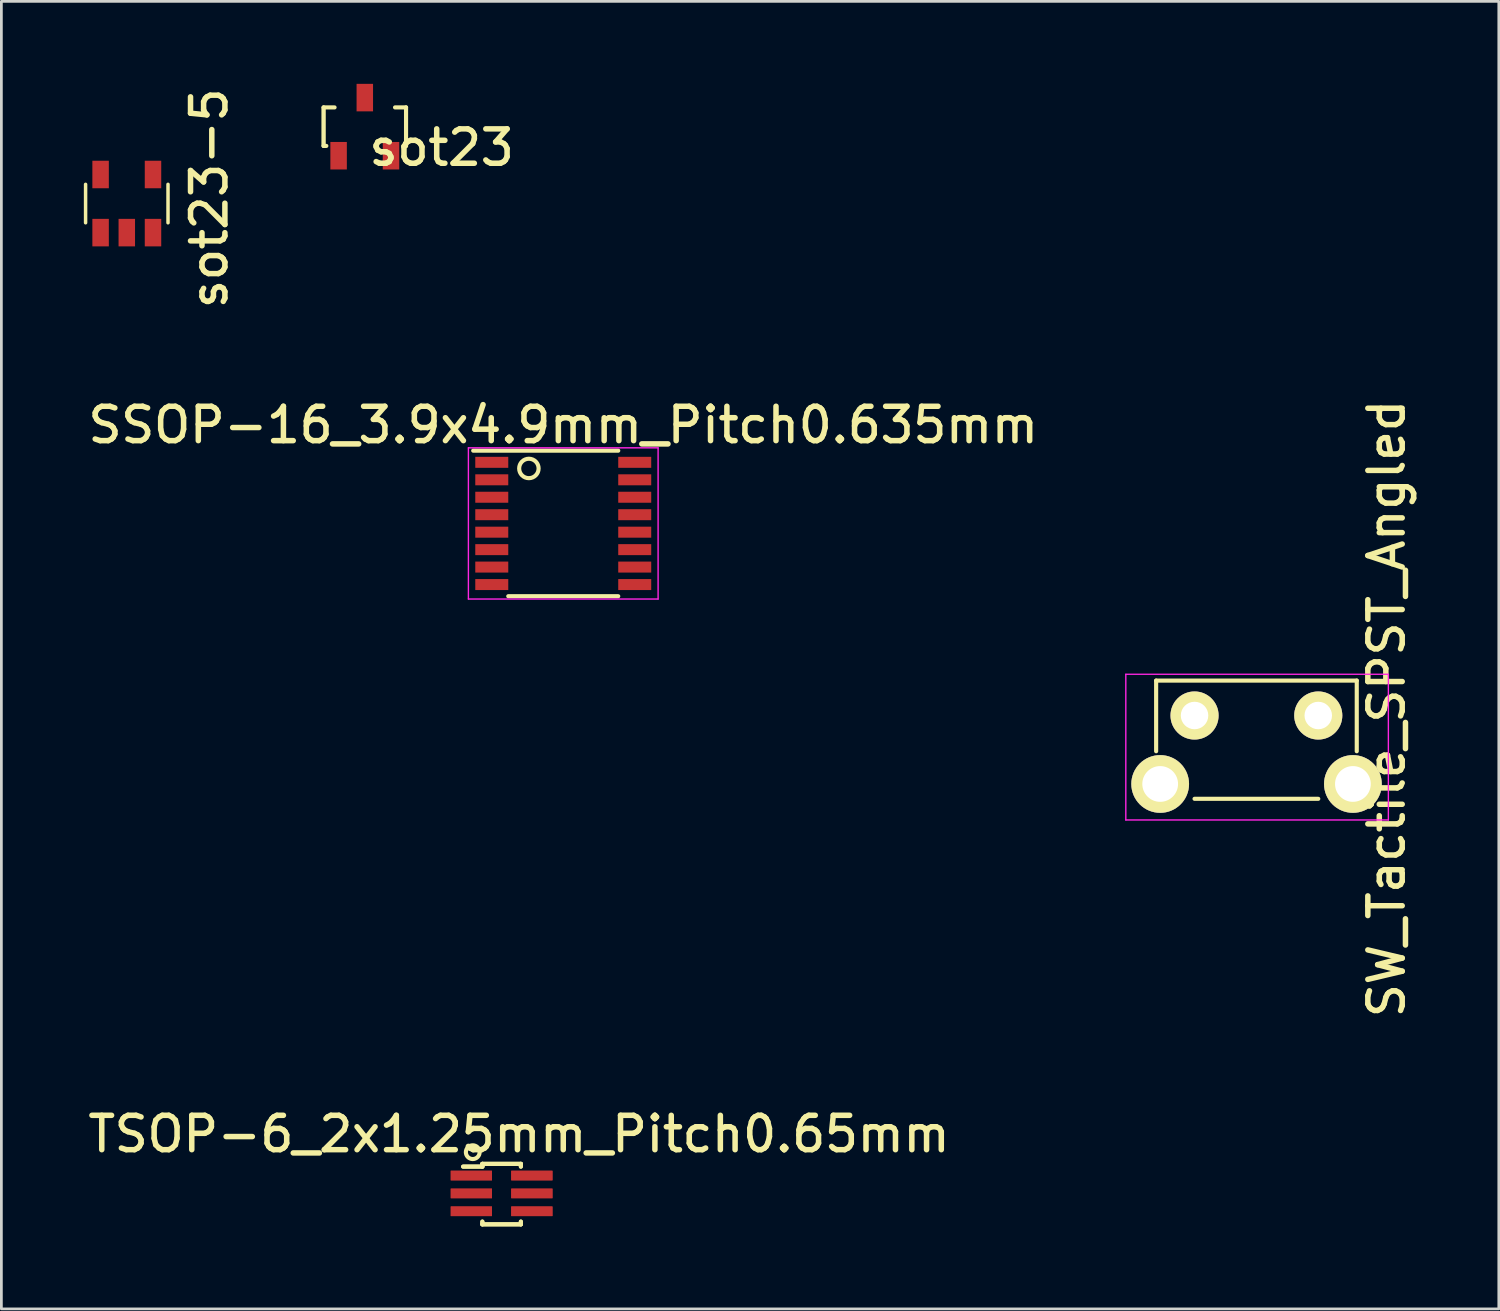
<source format=kicad_pcb>
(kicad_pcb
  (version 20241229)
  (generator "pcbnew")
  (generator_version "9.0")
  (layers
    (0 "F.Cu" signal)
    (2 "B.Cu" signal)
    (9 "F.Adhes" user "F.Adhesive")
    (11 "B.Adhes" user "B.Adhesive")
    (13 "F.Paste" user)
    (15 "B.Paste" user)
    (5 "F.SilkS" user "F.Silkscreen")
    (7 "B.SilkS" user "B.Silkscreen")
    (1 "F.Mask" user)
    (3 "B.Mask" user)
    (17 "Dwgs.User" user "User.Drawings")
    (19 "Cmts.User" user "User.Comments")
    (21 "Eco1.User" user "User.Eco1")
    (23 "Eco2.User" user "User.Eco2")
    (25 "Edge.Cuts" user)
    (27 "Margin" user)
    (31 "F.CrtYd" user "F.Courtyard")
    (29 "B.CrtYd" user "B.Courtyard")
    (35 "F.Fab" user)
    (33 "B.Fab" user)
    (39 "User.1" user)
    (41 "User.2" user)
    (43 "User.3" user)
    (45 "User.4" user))
  (footprint "sot23-5"
    (layer "F.Cu")
    (at 1.562 4.354)
    (property "Reference" "sot23-5" (at 3 -0.191 90) (layer "F.SilkS") (effects (font (size 1.25 1.25) (thickness 0.2))))
    (attr through_hole)
    (fp_line (start -1.499 0.699) (end -1.499 -0.699) (stroke (width 0.127) (type solid)) (layer "F.SilkS"))
    (fp_line (start 1.499 -0.699) (end 1.499 0.699) (stroke (width 0.127) (type solid)) (layer "F.SilkS"))
    (pad "1" smd rect (at -0.953 1.057) (size 0.599 1.001) (layers "F.Cu" "F.Mask" "F.Paste"))
    (pad "2" smd rect (at 0 1.057) (size 0.599 1.001) (layers "F.Cu" "F.Mask" "F.Paste"))
    (pad "3" smd rect (at 0.953 1.057) (size 0.599 1.001) (layers "F.Cu" "F.Mask" "F.Paste"))
    (pad "4" smd rect (at 0.953 -1.057) (size 0.599 1.001) (layers "F.Cu" "F.Mask" "F.Paste"))
    (pad "5" smd rect (at -0.953 -1.057) (size 0.599 1.001) (layers "F.Cu" "F.Mask" "F.Paste")))
  (footprint "SSOP-16_3.9x4.9mm_Pitch0.635mm"
    (layer "F.Cu")
    (at 17.437 15.989)
    (property "Reference" "SSOP-16_3.9x4.9mm_Pitch0.635mm" (at 0 -3.58 0) (layer "F.SilkS") (effects (font (size 1.25 1.25) (thickness 0.2))))
    (attr smd)
    (fp_line (start -3.275 -2.647) (end 2 -2.647) (stroke (width 0.15) (type solid)) (layer "F.SilkS"))
    (fp_line (start -2 2.647) (end 2 2.647) (stroke (width 0.15) (type solid)) (layer "F.SilkS"))
    (fp_circle (center -1.25 -2) (end -1 -1.75) (stroke (width 0.15) (type solid)) (fill no) (layer "F.SilkS"))
    (fp_line (start -3.45 -2.75) (end -3.45 2.75) (stroke (width 0.05) (type solid)) (layer "F.CrtYd"))
    (fp_line (start -3.45 -2.75) (end 3.45 -2.75) (stroke (width 0.05) (type solid)) (layer "F.CrtYd"))
    (fp_line (start -3.45 2.75) (end 3.45 2.75) (stroke (width 0.05) (type solid)) (layer "F.CrtYd"))
    (fp_line (start 3.45 -2.75) (end 3.45 2.75) (stroke (width 0.05) (type solid)) (layer "F.CrtYd"))
    (pad "1" smd rect (at -2.6 -2.223) (size 1.2 0.4) (layers "F.Cu" "F.Mask" "F.Paste"))
    (pad "2" smd rect (at -2.6 -1.587) (size 1.2 0.4) (layers "F.Cu" "F.Mask" "F.Paste"))
    (pad "3" smd rect (at -2.6 -0.953) (size 1.2 0.4) (layers "F.Cu" "F.Mask" "F.Paste"))
    (pad "4" smd rect (at -2.6 -0.318) (size 1.2 0.4) (layers "F.Cu" "F.Mask" "F.Paste"))
    (pad "5" smd rect (at -2.6 0.318) (size 1.2 0.4) (layers "F.Cu" "F.Mask" "F.Paste"))
    (pad "6" smd rect (at -2.6 0.953) (size 1.2 0.4) (layers "F.Cu" "F.Mask" "F.Paste"))
    (pad "7" smd rect (at -2.6 1.587) (size 1.2 0.4) (layers "F.Cu" "F.Mask" "F.Paste"))
    (pad "8" smd rect (at -2.6 2.223) (size 1.2 0.4) (layers "F.Cu" "F.Mask" "F.Paste"))
    (pad "9" smd rect (at 2.6 2.223) (size 1.2 0.4) (layers "F.Cu" "F.Mask" "F.Paste"))
    (pad "10" smd rect (at 2.6 1.587) (size 1.2 0.4) (layers "F.Cu" "F.Mask" "F.Paste"))
    (pad "11" smd rect (at 2.6 0.953) (size 1.2 0.4) (layers "F.Cu" "F.Mask" "F.Paste"))
    (pad "12" smd rect (at 2.6 0.318) (size 1.2 0.4) (layers "F.Cu" "F.Mask" "F.Paste"))
    (pad "13" smd rect (at 2.6 -0.318) (size 1.2 0.4) (layers "F.Cu" "F.Mask" "F.Paste"))
    (pad "14" smd rect (at 2.6 -0.953) (size 1.2 0.4) (layers "F.Cu" "F.Mask" "F.Paste"))
    (pad "15" smd rect (at 2.6 -1.587) (size 1.2 0.4) (layers "F.Cu" "F.Mask" "F.Paste"))
    (pad "16" smd rect (at 2.6 -2.223) (size 1.2 0.4) (layers "F.Cu" "F.Mask" "F.Paste")))
  (footprint "SW_Tactile_SPST_Angled"
    (layer "F.Cu")
    (at 40.399 22.975)
    (property "Reference" "SW_Tactile_SPST_Angled" (at 6.985 -0.254 270) (layer "F.SilkS") (effects (font (size 1.25 1.25) (thickness 0.2))))
    (attr through_hole)
    (fp_line (start -1.397 -1.27) (end -1.397 1.3) (stroke (width 0.15) (type solid)) (layer "F.SilkS"))
    (fp_line (start -1.397 -1.27) (end 5.9 -1.27) (stroke (width 0.15) (type solid)) (layer "F.SilkS"))
    (fp_line (start 0 3.03) (end 4.5 3.03) (stroke (width 0.15) (type solid)) (layer "F.SilkS"))
    (fp_line (start 5.9 -1.27) (end 5.9 1.3) (stroke (width 0.15) (type solid)) (layer "F.SilkS"))
    (fp_line (start -2.5 -1.5) (end 7.05 -1.5) (stroke (width 0.05) (type solid)) (layer "F.CrtYd"))
    (fp_line (start -2.5 3.8) (end -2.5 -1.5) (stroke (width 0.05) (type solid)) (layer "F.CrtYd"))
    (fp_line (start 7.05 -1.5) (end 7.05 3.8) (stroke (width 0.05) (type solid)) (layer "F.CrtYd"))
    (fp_line (start 7.05 3.8) (end -2.5 3.8) (stroke (width 0.05) (type solid)) (layer "F.CrtYd"))
    (pad "" thru_hole circle (at -1.25 2.49) (size 2.1 2.1) (drill 1.3) (layers "*.Cu" "*.Mask" "F.SilkS"))
    (pad "" thru_hole circle (at 5.76 2.49) (size 2.1 2.1) (drill 1.3) (layers "*.Cu" "*.Mask" "F.SilkS"))
    (pad "1" thru_hole circle (at 0 0) (size 1.75 1.75) (drill 1) (layers "*.Cu" "*.Mask" "F.SilkS"))
    (pad "2" thru_hole circle (at 4.5 0) (size 1.75 1.75) (drill 1) (layers "*.Cu" "*.Mask" "F.SilkS")))
  (footprint "TSOP-6_2x1.25mm_Pitch0.65mm"
    (layer "F.Cu")
    (at 15.195 40.358)
    (property "Reference" "TSOP-6_2x1.25mm_Pitch0.65mm" (at 0.635 -2.159 0) (layer "F.SilkS") (effects (font (size 1.25 1.25) (thickness 0.2))))
    (attr smd)
    (fp_line (start -0.7 -1.075) (end -0.7 -0.975) (stroke (width 0.15) (type solid)) (layer "F.SilkS"))
    (fp_line (start -0.7 -1.075) (end -0.7 -0.975) (stroke (width 0.15) (type solid)) (layer "F.SilkS"))
    (fp_line (start -0.7 -1.075) (end 0.7 -1.075) (stroke (width 0.15) (type solid)) (layer "F.SilkS"))
    (fp_line (start -0.7 -1.075) (end 0.7 -1.075) (stroke (width 0.15) (type solid)) (layer "F.SilkS"))
    (fp_line (start -0.7 -0.975) (end -1.4 -0.975) (stroke (width 0.15) (type solid)) (layer "F.SilkS"))
    (fp_line (start -0.7 -0.975) (end -1.4 -0.975) (stroke (width 0.15) (type solid)) (layer "F.SilkS"))
    (fp_line (start -0.7 1.125) (end -0.7 1.025) (stroke (width 0.15) (type solid)) (layer "F.SilkS"))
    (fp_line (start -0.7 1.125) (end -0.7 1.025) (stroke (width 0.15) (type solid)) (layer "F.SilkS"))
    (fp_line (start -0.7 1.125) (end 0.7 1.125) (stroke (width 0.15) (type solid)) (layer "F.SilkS"))
    (fp_line (start -0.7 1.125) (end 0.7 1.125) (stroke (width 0.15) (type solid)) (layer "F.SilkS"))
    (fp_line (start 0.7 -1.075) (end 0.7 -0.975) (stroke (width 0.15) (type solid)) (layer "F.SilkS"))
    (fp_line (start 0.7 -1.075) (end 0.7 -0.975) (stroke (width 0.15) (type solid)) (layer "F.SilkS"))
    (fp_line (start 0.7 1.125) (end 0.7 1.025) (stroke (width 0.15) (type solid)) (layer "F.SilkS"))
    (fp_line (start 0.7 1.125) (end 0.7 1.025) (stroke (width 0.15) (type solid)) (layer "F.SilkS"))
    (fp_circle (center -1.05 -1.5) (end -1.05 -1.25) (stroke (width 0.15) (type solid)) (fill no) (layer "F.SilkS"))
    (pad "1" smd rect (at -1.1 -0.65) (size 1.5 0.35) (layers "F.Cu" "F.Mask" "F.Paste"))
    (pad "1" smd rect (at -1.1 -0.65) (size 1.5 0.35) (layers "F.Cu" "F.Mask" "F.Paste"))
    (pad "2" smd rect (at -1.1 0) (size 1.5 0.35) (layers "F.Cu" "F.Mask" "F.Paste"))
    (pad "2" smd rect (at -1.1 0) (size 1.5 0.35) (layers "F.Cu" "F.Mask" "F.Paste"))
    (pad "3" smd rect (at -1.1 0.65) (size 1.5 0.35) (layers "F.Cu" "F.Mask" "F.Paste"))
    (pad "3" smd rect (at -1.1 0.65) (size 1.5 0.35) (layers "F.Cu" "F.Mask" "F.Paste"))
    (pad "4" smd rect (at 1.1 0.65) (size 1.5 0.35) (layers "F.Cu" "F.Mask" "F.Paste"))
    (pad "4" smd rect (at 1.1 0.65) (size 1.5 0.35) (layers "F.Cu" "F.Mask" "F.Paste"))
    (pad "5" smd rect (at 1.1 0) (size 1.5 0.35) (layers "F.Cu" "F.Mask" "F.Paste"))
    (pad "5" smd rect (at 1.1 0) (size 1.5 0.35) (layers "F.Cu" "F.Mask" "F.Paste"))
    (pad "6" smd rect (at 1.1 -0.65) (size 1.5 0.35) (layers "F.Cu" "F.Mask" "F.Paste"))
    (pad "6" smd rect (at 1.1 -0.65) (size 1.5 0.35) (layers "F.Cu" "F.Mask" "F.Paste")))
  (footprint "sot23"
    (layer "F.Cu")
    (at 10.219 1.557)
    (property "Reference" "sot23" (at 2.794 0.762 180) (layer "F.SilkS") (effects (font (size 1.25 1.25) (thickness 0.2))))
    (attr through_hole)
    (fp_line (start -1.5 -0.7) (end -1.5 0.7) (stroke (width 0.15) (type solid)) (layer "F.SilkS"))
    (fp_line (start -1.5 -0.7) (end -1.1 -0.7) (stroke (width 0.15) (type solid)) (layer "F.SilkS"))
    (fp_line (start -1.5 0.7) (end -1.4 0.7) (stroke (width 0.15) (type solid)) (layer "F.SilkS"))
    (fp_line (start -1.499 0.699) (end -1.499 -0.699) (stroke (width 0.127) (type solid)) (layer "F.SilkS"))
    (fp_line (start 1.499 -0.699) (end 1.499 0.699) (stroke (width 0.127) (type solid)) (layer "F.SilkS"))
    (fp_line (start 1.5 -0.7) (end 1.1 -0.7) (stroke (width 0.15) (type solid)) (layer "F.SilkS"))
    (fp_line (start 1.5 -0.7) (end 1.5 0.7) (stroke (width 0.15) (type solid)) (layer "F.SilkS"))
    (fp_line (start 1.5 0.7) (end 1.4 0.7) (stroke (width 0.15) (type solid)) (layer "F.SilkS"))
    (pad "1" smd rect (at -0.953 1.057) (size 0.599 1.001) (layers "F.Cu" "F.Mask" "F.Paste"))
    (pad "2" smd rect (at 0.953 1.057) (size 0.599 1.001) (layers "F.Cu" "F.Mask" "F.Paste"))
    (pad "3" smd rect (at 0 -1.057) (size 0.599 1.001) (layers "F.Cu" "F.Mask" "F.Paste")))
  (gr_rect
    (start -3 -3)
    (end 51.466 44.558)
    (stroke (width 0.1) (type default))
    (fill no)
    (layer "Edge.Cuts")))
</source>
